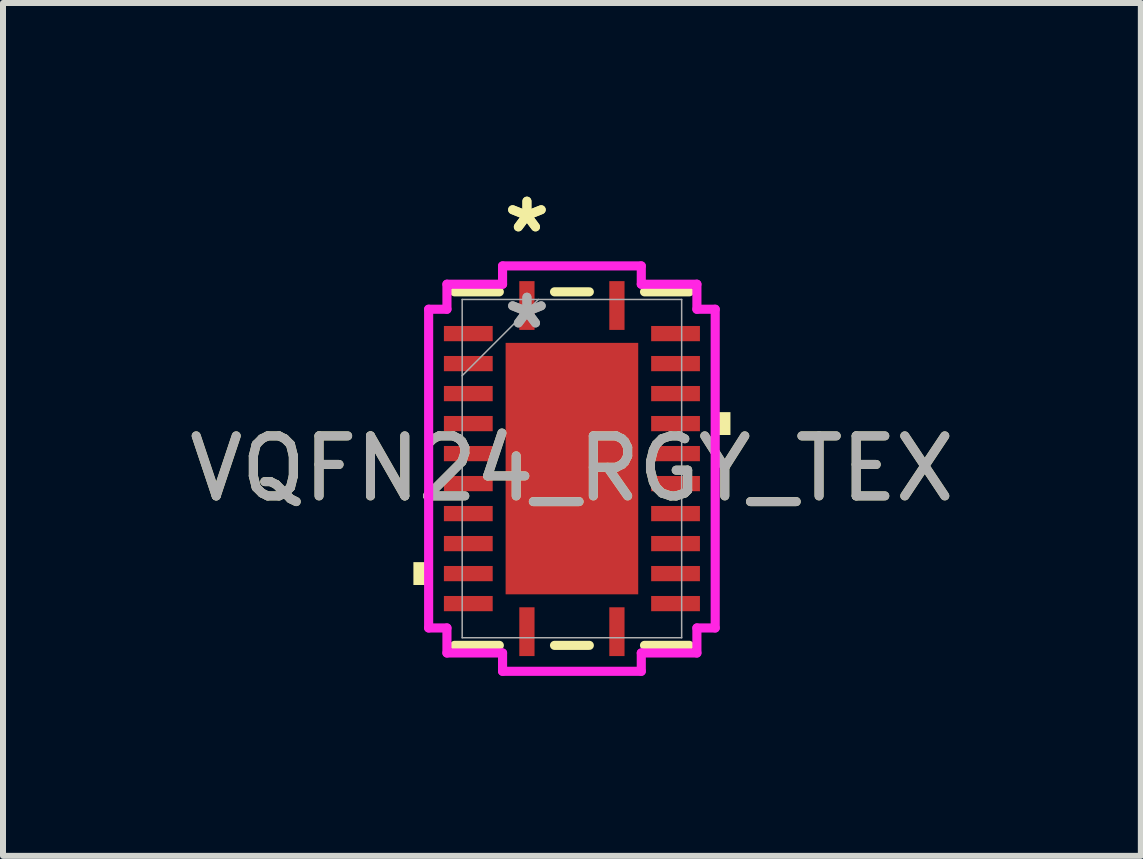
<source format=kicad_pcb>
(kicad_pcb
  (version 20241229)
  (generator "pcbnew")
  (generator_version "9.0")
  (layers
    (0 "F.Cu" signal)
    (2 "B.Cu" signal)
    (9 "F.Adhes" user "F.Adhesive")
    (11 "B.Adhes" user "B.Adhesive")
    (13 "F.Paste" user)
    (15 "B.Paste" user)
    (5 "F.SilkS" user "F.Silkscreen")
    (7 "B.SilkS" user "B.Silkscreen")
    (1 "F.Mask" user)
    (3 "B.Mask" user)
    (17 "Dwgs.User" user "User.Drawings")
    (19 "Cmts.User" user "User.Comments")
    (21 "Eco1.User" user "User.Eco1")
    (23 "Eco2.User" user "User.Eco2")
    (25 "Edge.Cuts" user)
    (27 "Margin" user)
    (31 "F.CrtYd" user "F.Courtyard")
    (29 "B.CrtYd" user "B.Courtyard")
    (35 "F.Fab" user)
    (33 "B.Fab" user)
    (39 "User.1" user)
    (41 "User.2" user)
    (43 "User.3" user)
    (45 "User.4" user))
  (footprint "VQFN24_RGY_TEX"
    (layer "F.Cu")
    (at 6.482 4.76)
    (property "Reference" "VQFN24_RGY_TEX" (at 0 0 0) (unlocked yes) (layer "F.SilkS") (effects (font (size 1 1) (thickness 0.15))))
    (attr smd)
    (fp_line (start -1.956 2.946) (end -1.21 2.946) (stroke (width 0.152) (type solid)) (layer "F.SilkS"))
    (fp_line (start -1.21 -2.946) (end -1.956 -2.946) (stroke (width 0.152) (type solid)) (layer "F.SilkS"))
    (fp_line (start -0.29 2.946) (end 0.29 2.946) (stroke (width 0.152) (type solid)) (layer "F.SilkS"))
    (fp_line (start 0.29 -2.946) (end -0.29 -2.946) (stroke (width 0.152) (type solid)) (layer "F.SilkS"))
    (fp_line (start 1.21 2.946) (end 1.956 2.946) (stroke (width 0.152) (type solid)) (layer "F.SilkS"))
    (fp_line (start 1.956 -2.946) (end 1.21 -2.946) (stroke (width 0.152) (type solid)) (layer "F.SilkS"))
    (fp_poly (pts (xy -2.642 1.559) (xy -2.642 1.94) (xy -2.388 1.94) (xy -2.388 1.559)) (stroke (width 0) (type solid)) (fill yes) (layer "F.SilkS"))
    (fp_poly (pts (xy 2.642 -0.941) (xy 2.642 -0.56) (xy 2.388 -0.56) (xy 2.388 -0.941)) (stroke (width 0) (type solid)) (fill yes) (layer "F.SilkS"))
    (fp_poly (pts (xy -1.005 -1.996) (xy -1.005 -0.798) (xy 1.005 -0.798) (xy 1.005 -1.996)) (stroke (width 0) (type solid)) (fill yes) (layer "F.Paste"))
    (fp_poly (pts (xy -1.005 -0.599) (xy -1.005 0.599) (xy 1.005 0.599) (xy 1.005 -0.599)) (stroke (width 0) (type solid)) (fill yes) (layer "F.Paste"))
    (fp_poly (pts (xy -1.005 0.798) (xy -1.005 1.996) (xy 1.005 1.996) (xy 1.005 0.798)) (stroke (width 0) (type solid)) (fill yes) (layer "F.Paste"))
    (fp_line (start -2.388 -2.656) (end -2.083 -2.656) (stroke (width 0.152) (type solid)) (layer "F.CrtYd"))
    (fp_line (start -2.388 2.656) (end -2.388 -2.656) (stroke (width 0.152) (type solid)) (layer "F.CrtYd"))
    (fp_line (start -2.083 -3.073) (end -1.156 -3.073) (stroke (width 0.152) (type solid)) (layer "F.CrtYd"))
    (fp_line (start -2.083 -2.656) (end -2.083 -3.073) (stroke (width 0.152) (type solid)) (layer "F.CrtYd"))
    (fp_line (start -2.083 2.656) (end -2.388 2.656) (stroke (width 0.152) (type solid)) (layer "F.CrtYd"))
    (fp_line (start -2.083 3.073) (end -2.083 2.656) (stroke (width 0.152) (type solid)) (layer "F.CrtYd"))
    (fp_line (start -2.083 3.073) (end -1.156 3.073) (stroke (width 0.152) (type solid)) (layer "F.CrtYd"))
    (fp_line (start -1.156 -3.378) (end 1.156 -3.378) (stroke (width 0.152) (type solid)) (layer "F.CrtYd"))
    (fp_line (start -1.156 -3.073) (end -1.156 -3.378) (stroke (width 0.152) (type solid)) (layer "F.CrtYd"))
    (fp_line (start -1.156 3.073) (end -1.156 3.378) (stroke (width 0.152) (type solid)) (layer "F.CrtYd"))
    (fp_line (start -1.156 3.378) (end 1.156 3.378) (stroke (width 0.152) (type solid)) (layer "F.CrtYd"))
    (fp_line (start 1.156 -3.378) (end 1.156 -3.073) (stroke (width 0.152) (type solid)) (layer "F.CrtYd"))
    (fp_line (start 1.156 -3.073) (end 2.083 -3.073) (stroke (width 0.152) (type solid)) (layer "F.CrtYd"))
    (fp_line (start 1.156 3.073) (end 2.083 3.073) (stroke (width 0.152) (type solid)) (layer "F.CrtYd"))
    (fp_line (start 1.156 3.378) (end 1.156 3.073) (stroke (width 0.152) (type solid)) (layer "F.CrtYd"))
    (fp_line (start 2.083 -2.656) (end 2.083 -3.073) (stroke (width 0.152) (type solid)) (layer "F.CrtYd"))
    (fp_line (start 2.083 2.656) (end 2.388 2.656) (stroke (width 0.152) (type solid)) (layer "F.CrtYd"))
    (fp_line (start 2.083 3.073) (end 2.083 2.656) (stroke (width 0.152) (type solid)) (layer "F.CrtYd"))
    (fp_line (start 2.388 -2.656) (end 2.083 -2.656) (stroke (width 0.152) (type solid)) (layer "F.CrtYd"))
    (fp_line (start 2.388 2.656) (end 2.388 -2.656) (stroke (width 0.152) (type solid)) (layer "F.CrtYd"))
    (fp_line (start -1.829 -2.819) (end -1.829 2.819) (stroke (width 0.025) (type solid)) (layer "F.Fab"))
    (fp_line (start -1.829 -1.549) (end -0.559 -2.819) (stroke (width 0.025) (type solid)) (layer "F.Fab"))
    (fp_line (start -1.829 2.819) (end 1.829 2.819) (stroke (width 0.025) (type solid)) (layer "F.Fab"))
    (fp_line (start 1.829 -2.819) (end -1.829 -2.819) (stroke (width 0.025) (type solid)) (layer "F.Fab"))
    (fp_line (start 1.829 2.819) (end 1.829 -2.819) (stroke (width 0.025) (type solid)) (layer "F.Fab"))
    (fp_text user "*" (at -0.75 -3.912 0) (unlocked yes) (layer "F.SilkS") (effects (font (size 1 1) (thickness 0.15))))
    (fp_text user "*" (at -0.75 -3.912 0) (layer "F.SilkS") (effects (font (size 1 1) (thickness 0.15))))
    (fp_text user "*" (at -0.75 -2.311 0) (unlocked yes) (layer "F.Fab") (effects (font (size 1 1) (thickness 0.15))))
    (fp_text user "*" (at -0.75 -2.311 0) (layer "F.Fab") (effects (font (size 1 1) (thickness 0.15))))
    (fp_text user "${REFERENCE}" (at 0 0 0) (unlocked yes) (layer "F.Fab") (effects (font (size 1 1) (thickness 0.15))))
    (pad "1" smd rect (at -0.75 -2.718) (size 0.254 0.813) (layers "F.Cu" "F.Mask" "F.Paste"))
    (pad "2" smd rect (at -1.727 -2.25 90) (size 0.254 0.813) (layers "F.Cu" "F.Mask" "F.Paste"))
    (pad "3" smd rect (at -1.727 -1.75 90) (size 0.254 0.813) (layers "F.Cu" "F.Mask" "F.Paste"))
    (pad "4" smd rect (at -1.727 -1.25 90) (size 0.254 0.813) (layers "F.Cu" "F.Mask" "F.Paste"))
    (pad "5" smd rect (at -1.727 -0.75 90) (size 0.254 0.813) (layers "F.Cu" "F.Mask" "F.Paste"))
    (pad "6" smd rect (at -1.727 -0.25 90) (size 0.254 0.813) (layers "F.Cu" "F.Mask" "F.Paste"))
    (pad "7" smd rect (at -1.727 0.25 90) (size 0.254 0.813) (layers "F.Cu" "F.Mask" "F.Paste"))
    (pad "8" smd rect (at -1.727 0.75 90) (size 0.254 0.813) (layers "F.Cu" "F.Mask" "F.Paste"))
    (pad "9" smd rect (at -1.727 1.25 90) (size 0.254 0.813) (layers "F.Cu" "F.Mask" "F.Paste"))
    (pad "10" smd rect (at -1.727 1.75 90) (size 0.254 0.813) (layers "F.Cu" "F.Mask" "F.Paste"))
    (pad "11" smd rect (at -1.727 2.25 90) (size 0.254 0.813) (layers "F.Cu" "F.Mask" "F.Paste"))
    (pad "12" smd rect (at -0.75 2.718) (size 0.254 0.813) (layers "F.Cu" "F.Mask" "F.Paste"))
    (pad "13" smd rect (at 0.75 2.718) (size 0.254 0.813) (layers "F.Cu" "F.Mask" "F.Paste"))
    (pad "14" smd rect (at 1.727 2.25 90) (size 0.254 0.813) (layers "F.Cu" "F.Mask" "F.Paste"))
    (pad "15" smd rect (at 1.727 1.75 90) (size 0.254 0.813) (layers "F.Cu" "F.Mask" "F.Paste"))
    (pad "16" smd rect (at 1.727 1.25 90) (size 0.254 0.813) (layers "F.Cu" "F.Mask" "F.Paste"))
    (pad "17" smd rect (at 1.727 0.75 90) (size 0.254 0.813) (layers "F.Cu" "F.Mask" "F.Paste"))
    (pad "18" smd rect (at 1.727 0.25 90) (size 0.254 0.813) (layers "F.Cu" "F.Mask" "F.Paste"))
    (pad "19" smd rect (at 1.727 -0.25 90) (size 0.254 0.813) (layers "F.Cu" "F.Mask" "F.Paste"))
    (pad "20" smd rect (at 1.727 -0.75 90) (size 0.254 0.813) (layers "F.Cu" "F.Mask" "F.Paste"))
    (pad "21" smd rect (at 1.727 -1.25 90) (size 0.254 0.813) (layers "F.Cu" "F.Mask" "F.Paste"))
    (pad "22" smd rect (at 1.727 -1.75 90) (size 0.254 0.813) (layers "F.Cu" "F.Mask" "F.Paste"))
    (pad "23" smd rect (at 1.727 -2.25 90) (size 0.254 0.813) (layers "F.Cu" "F.Mask" "F.Paste"))
    (pad "24" smd rect (at 0.75 -2.718) (size 0.254 0.813) (layers "F.Cu" "F.Mask" "F.Paste"))
    (pad "25" smd rect (at 0 0) (size 2.21 4.191) (layers "F.Cu" "F.Mask" "F.Paste")))
  (gr_rect
    (start -3 -3)
    (end 15.964 11.214)
    (stroke (width 0.1) (type default))
    (fill no)
    (layer "Edge.Cuts")))
</source>
